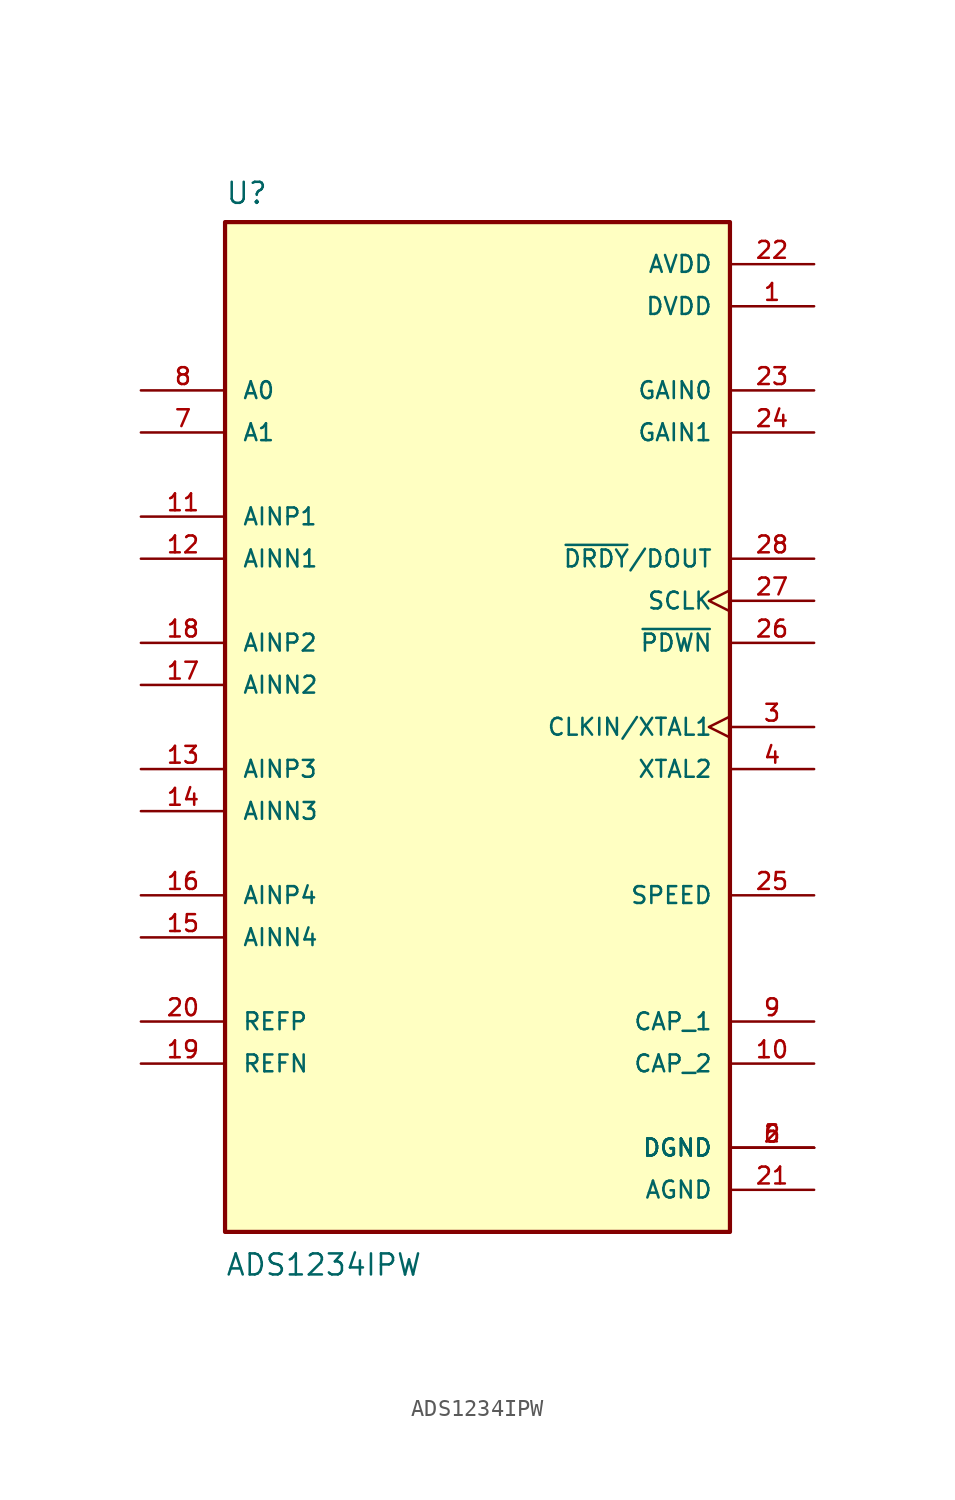
<source format=kicad_sym>
(kicad_symbol_lib
  (version 20211014)
  (generator kicad_symbol_editor)
  (symbol "ADS1234IPW"
    (pin_names
      (offset 1.016))
    (property "Reference" "U"
      (at -15.24 31.48 0.0)
      (effects (font (size 1.27 1.27)) (justify bottom left)))
    (property "Value" "ADS1234IPW"
      (at -15.24 -33.21 0.0)
      (effects (font (size 1.27 1.27)) (justify bottom left)))
    (symbol "ADS1234IPW_0_0"
      (rectangle (start -15.24 -30.48) (end 15.24 30.48) (stroke (width 0.254)) (fill (type background)))
      (pin input line (at 20.32 5.08 180.0) (length 5.08) (name "~{PDWN}" (effects (font (size 1.016 1.016)))) (number "26" (effects (font (size 1.016 1.016)))))
      (pin input line (at -20.32 20.32 0) (length 5.08) (name "A0" (effects (font (size 1.016 1.016)))) (number "8" (effects (font (size 1.016 1.016)))))
      (pin input line (at -20.32 17.78 0) (length 5.08) (name "A1" (effects (font (size 1.016 1.016)))) (number "7" (effects (font (size 1.016 1.016)))))
      (pin input line (at -20.32 10.16 0) (length 5.08) (name "AINN1" (effects (font (size 1.016 1.016)))) (number "12" (effects (font (size 1.016 1.016)))))
      (pin input line (at -20.32 2.54 0) (length 5.08) (name "AINN2" (effects (font (size 1.016 1.016)))) (number "17" (effects (font (size 1.016 1.016)))))
      (pin input line (at -20.32 -5.08 0) (length 5.08) (name "AINN3" (effects (font (size 1.016 1.016)))) (number "14" (effects (font (size 1.016 1.016)))))
      (pin input line (at -20.32 -12.7 0) (length 5.08) (name "AINN4" (effects (font (size 1.016 1.016)))) (number "15" (effects (font (size 1.016 1.016)))))
      (pin input line (at -20.32 12.7 0) (length 5.08) (name "AINP1" (effects (font (size 1.016 1.016)))) (number "11" (effects (font (size 1.016 1.016)))))
      (pin input line (at -20.32 5.08 0) (length 5.08) (name "AINP2" (effects (font (size 1.016 1.016)))) (number "18" (effects (font (size 1.016 1.016)))))
      (pin input line (at -20.32 -2.54 0) (length 5.08) (name "AINP3" (effects (font (size 1.016 1.016)))) (number "13" (effects (font (size 1.016 1.016)))))
      (pin input line (at -20.32 -10.16 0) (length 5.08) (name "AINP4" (effects (font (size 1.016 1.016)))) (number "16" (effects (font (size 1.016 1.016)))))
      (pin input clock (at 20.32 0.0 180.0) (length 5.08) (name "CLKIN/XTAL1" (effects (font (size 1.016 1.016)))) (number "3" (effects (font (size 1.016 1.016)))))
      (pin input line (at 20.32 20.32 180.0) (length 5.08) (name "GAIN0" (effects (font (size 1.016 1.016)))) (number "23" (effects (font (size 1.016 1.016)))))
      (pin input line (at 20.32 17.78 180.0) (length 5.08) (name "GAIN1" (effects (font (size 1.016 1.016)))) (number "24" (effects (font (size 1.016 1.016)))))
      (pin input line (at -20.32 -20.32 0) (length 5.08) (name "REFN" (effects (font (size 1.016 1.016)))) (number "19" (effects (font (size 1.016 1.016)))))
      (pin input line (at -20.32 -17.78 0) (length 5.08) (name "REFP" (effects (font (size 1.016 1.016)))) (number "20" (effects (font (size 1.016 1.016)))))
      (pin input clock (at 20.32 7.62 180.0) (length 5.08) (name "SCLK" (effects (font (size 1.016 1.016)))) (number "27" (effects (font (size 1.016 1.016)))))
      (pin input line (at 20.32 -10.16 180.0) (length 5.08) (name "SPEED" (effects (font (size 1.016 1.016)))) (number "25" (effects (font (size 1.016 1.016)))))
      (pin input line (at 20.32 -2.54 180.0) (length 5.08) (name "XTAL2" (effects (font (size 1.016 1.016)))) (number "4" (effects (font (size 1.016 1.016)))))
      (pin passive line (at 20.32 -17.78 180.0) (length 5.08) (name "CAP_1" (effects (font (size 1.016 1.016)))) (number "9" (effects (font (size 1.016 1.016)))))
      (pin power_in line (at 20.32 25.4 180.0) (length 5.08) (name "DVDD" (effects (font (size 1.016 1.016)))) (number "1" (effects (font (size 1.016 1.016)))))
      (pin power_in line (at 20.32 27.94 180.0) (length 5.08) (name "AVDD" (effects (font (size 1.016 1.016)))) (number "22" (effects (font (size 1.016 1.016)))))
      (pin output line (at 20.32 10.16 180.0) (length 5.08) (name "~{DRDY}/DOUT" (effects (font (size 1.016 1.016)))) (number "28" (effects (font (size 1.016 1.016)))))
      (pin power_in line (at 20.32 -25.4 180.0) (length 5.08) (name "DGND" (effects (font (size 1.016 1.016)))) (number "2" (effects (font (size 1.016 1.016)))))
      (pin power_in line (at 20.32 -25.4 180.0) (length 5.08) (name "DGND" (effects (font (size 1.016 1.016)))) (number "5" (effects (font (size 1.016 1.016)))))
      (pin power_in line (at 20.32 -25.4 180.0) (length 5.08) (name "DGND" (effects (font (size 1.016 1.016)))) (number "6" (effects (font (size 1.016 1.016)))))
      (pin power_in line (at 20.32 -27.94 180.0) (length 5.08) (name "AGND" (effects (font (size 1.016 1.016)))) (number "21" (effects (font (size 1.016 1.016)))))
      (pin passive line (at 20.32 -20.32 180.0) (length 5.08) (name "CAP_2" (effects (font (size 1.016 1.016)))) (number "10" (effects (font (size 1.016 1.016))))))))
</source>
